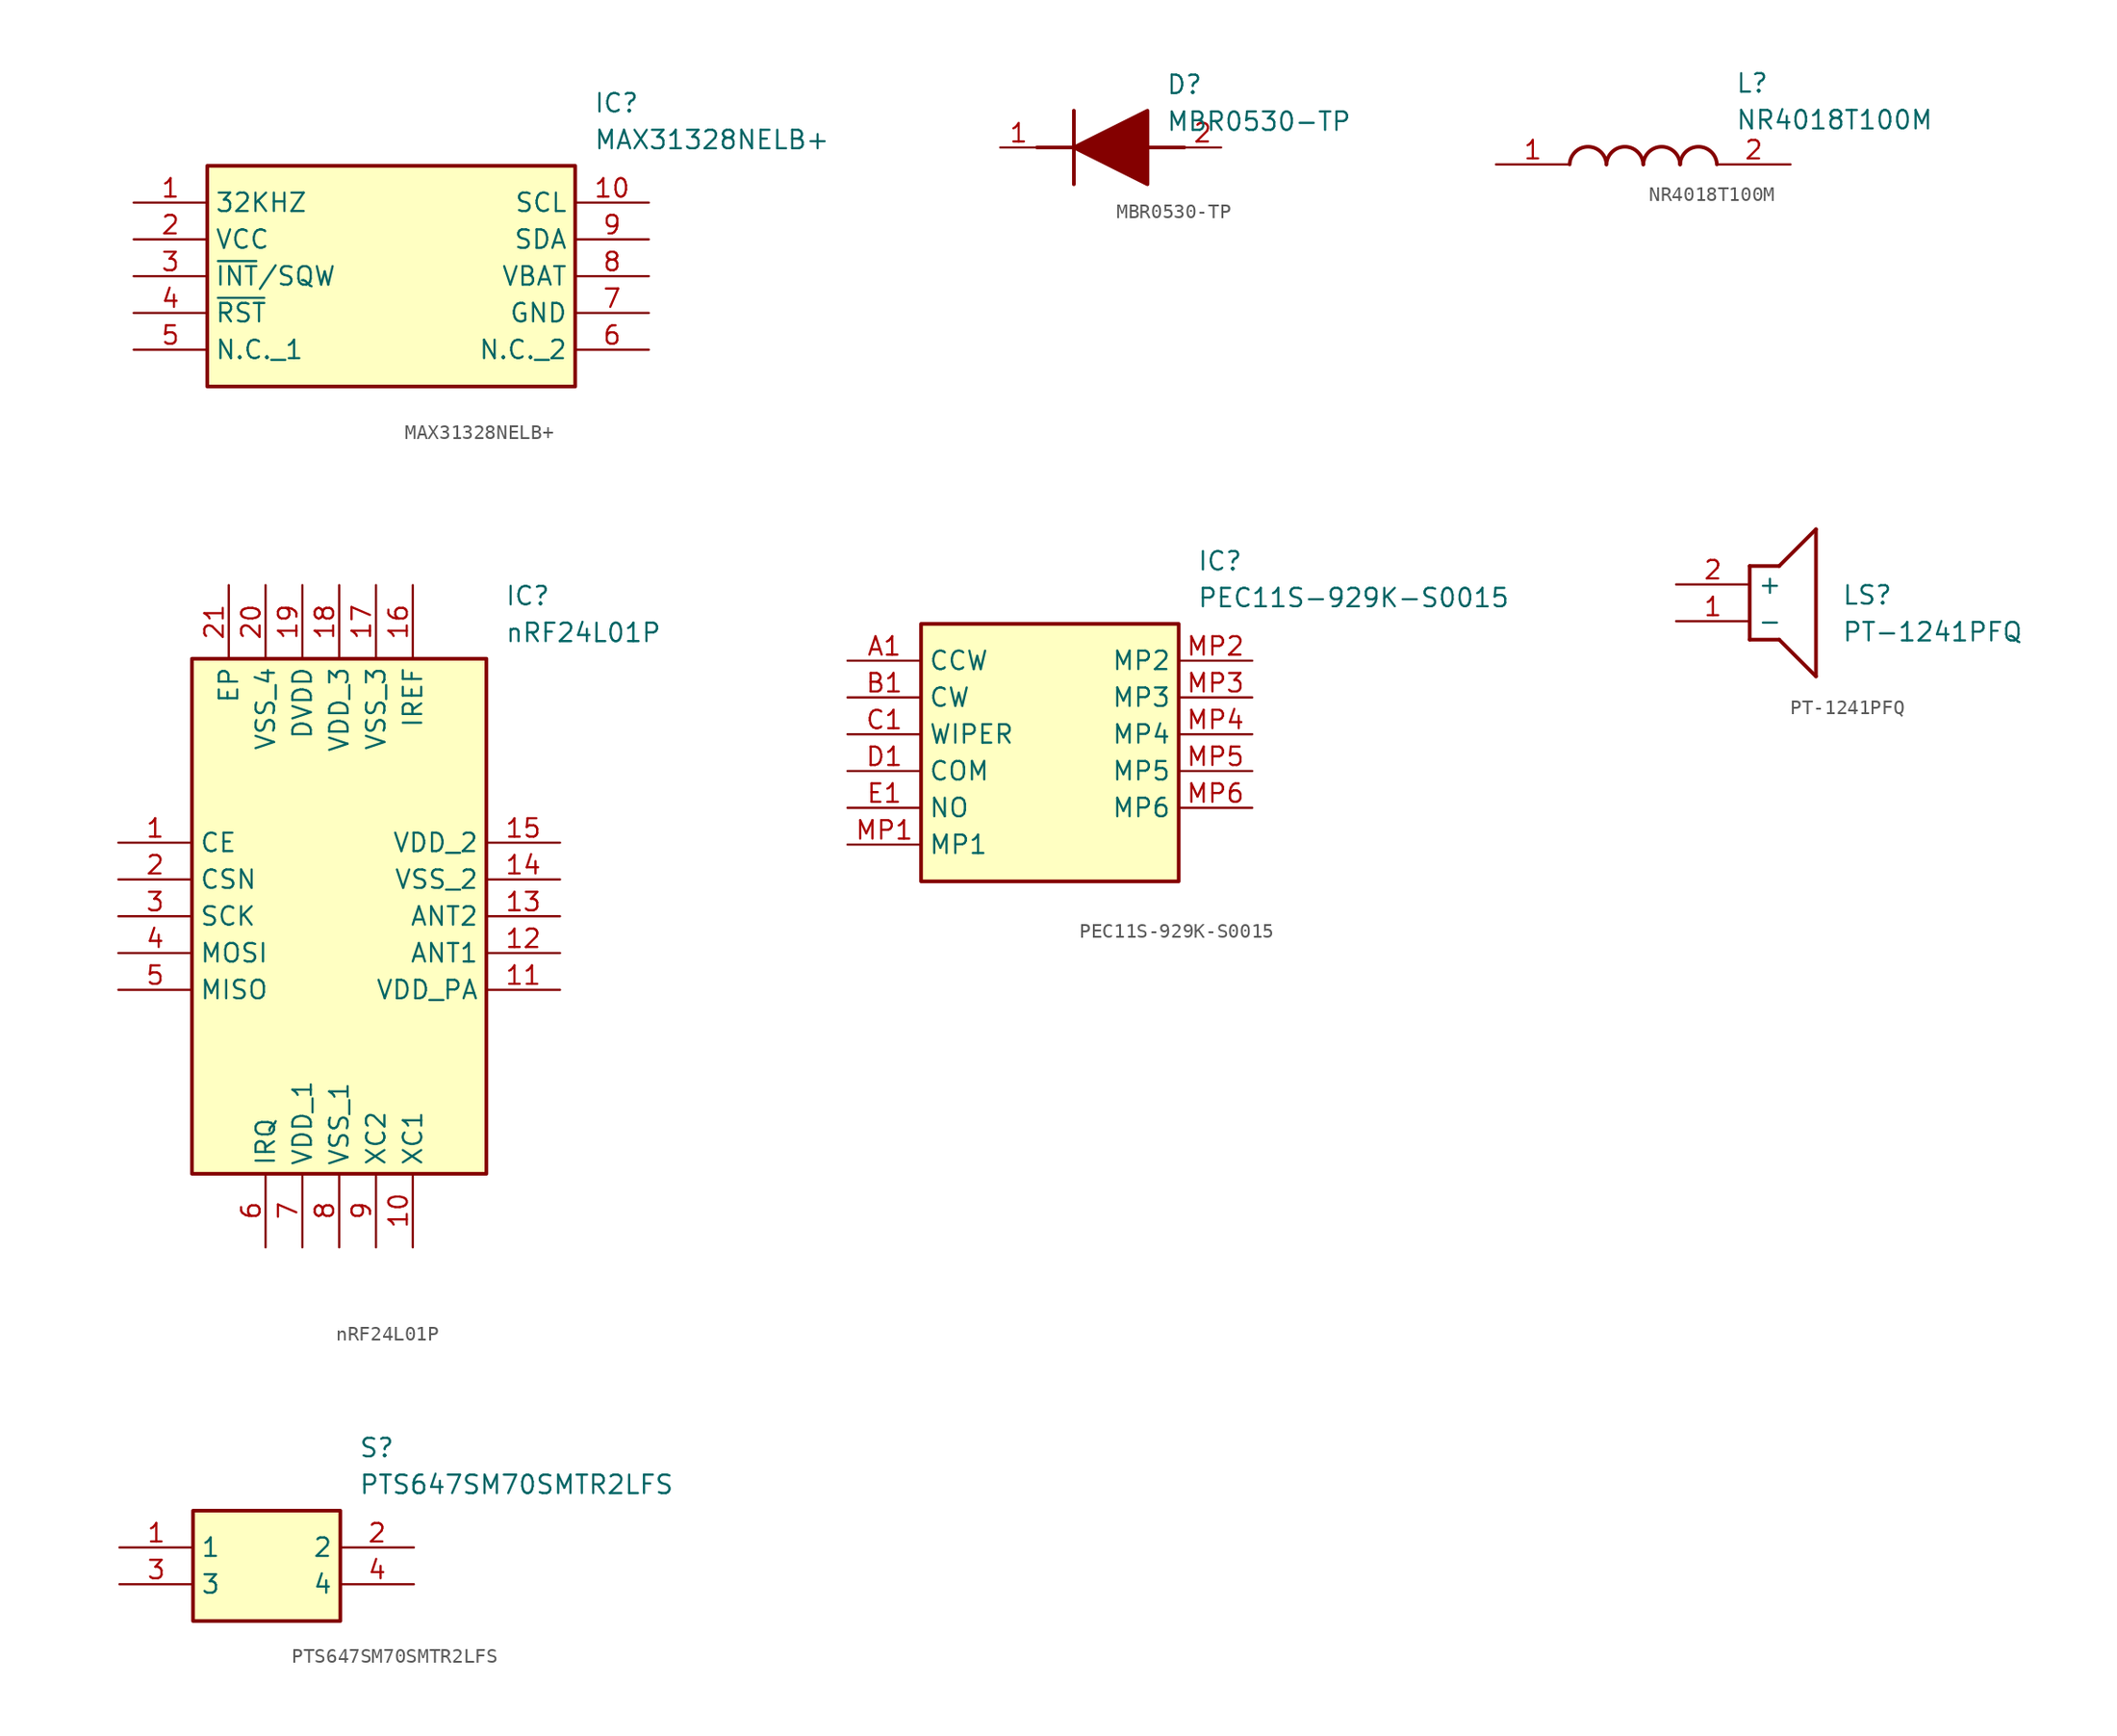
<source format=kicad_sym>
(kicad_symbol_lib
  (version 20231120)
  (generator "kicad_symbol_editor")
  (generator_version "8.0")
  (symbol "MAX31328NELB+"
    (property "Reference" "IC"
      (at 31.75 7.62 0)
      (effects (font (size 1.27 1.27)) (justify left top)))
    (property "Value" "MAX31328NELB+"
      (at 31.75 5.08 0)
      (effects (font (size 1.27 1.27)) (justify left top)))
    (symbol "MAX31328NELB+_1_1"
      (rectangle (start 5.08 2.54) (end 30.48 -12.7) (stroke (width 0.254) (type default)) (fill (type background)))
      (pin passive line (at 0 0 0) (length 5.08) (name "32KHZ" (effects (font (size 1.27 1.27)))) (number "1" (effects (font (size 1.27 1.27)))))
      (pin passive line (at 35.56 0 180) (length 5.08) (name "SCL" (effects (font (size 1.27 1.27)))) (number "10" (effects (font (size 1.27 1.27)))))
      (pin passive line (at 0 -2.54 0) (length 5.08) (name "VCC" (effects (font (size 1.27 1.27)))) (number "2" (effects (font (size 1.27 1.27)))))
      (pin passive line (at 0 -5.08 0) (length 5.08) (name "~{INT}/SQW" (effects (font (size 1.27 1.27)))) (number "3" (effects (font (size 1.27 1.27)))))
      (pin passive line (at 0 -7.62 0) (length 5.08) (name "~{RST}" (effects (font (size 1.27 1.27)))) (number "4" (effects (font (size 1.27 1.27)))))
      (pin passive line (at 0 -10.16 0) (length 5.08) (name "N.C._1" (effects (font (size 1.27 1.27)))) (number "5" (effects (font (size 1.27 1.27)))))
      (pin passive line (at 35.56 -10.16 180) (length 5.08) (name "N.C._2" (effects (font (size 1.27 1.27)))) (number "6" (effects (font (size 1.27 1.27)))))
      (pin passive line (at 35.56 -7.62 180) (length 5.08) (name "GND" (effects (font (size 1.27 1.27)))) (number "7" (effects (font (size 1.27 1.27)))))
      (pin passive line (at 35.56 -5.08 180) (length 5.08) (name "VBAT" (effects (font (size 1.27 1.27)))) (number "8" (effects (font (size 1.27 1.27)))))
      (pin passive line (at 35.56 -2.54 180) (length 5.08) (name "SDA" (effects (font (size 1.27 1.27)))) (number "9" (effects (font (size 1.27 1.27)))))))
  (symbol "MBR0530-TP"
    (pin_names hide)
    (property "Reference" "D"
      (at 11.43 5.08 0)
      (effects (font (size 1.27 1.27)) (justify left top)))
    (property "Value" "MBR0530-TP"
      (at 11.43 2.54 0)
      (effects (font (size 1.27 1.27)) (justify left top)))
    (symbol "MBR0530-TP_1_1"
      (polyline (pts (xy 2.54 0) (xy 5.08 0)) (stroke (width 0.254) (type default)) (fill (type none)))
      (polyline (pts (xy 5.08 2.54) (xy 5.08 -2.54)) (stroke (width 0.254) (type default)) (fill (type none)))
      (polyline (pts (xy 10.16 0) (xy 12.7 0)) (stroke (width 0.254) (type default)) (fill (type none)))
      (polyline (pts (xy 5.08 0) (xy 10.16 2.54) (xy 10.16 -2.54) (xy 5.08 0)) (stroke (width 0.254) (type default)) (fill (type outline)))
      (pin passive line (at 0 0 0) (length 2.54) (name "K" (effects (font (size 1.27 1.27)))) (number "1" (effects (font (size 1.27 1.27)))))
      (pin passive line (at 15.24 0 180) (length 2.54) (name "A" (effects (font (size 1.27 1.27)))) (number "2" (effects (font (size 1.27 1.27)))))))
  (symbol "NR4018T100M"
    (pin_names hide)
    (property "Reference" "L"
      (at 16.51 6.35 0)
      (effects (font (size 1.27 1.27)) (justify left top)))
    (property "Value" "NR4018T100M"
      (at 16.51 3.81 0)
      (effects (font (size 1.27 1.27)) (justify left top)))
    (symbol "NR4018T100M_1_1"
      (arc (start 7.62 0) (mid 6.35 1.219) (end 5.08 0) (stroke (width 0.254) (type default)) (fill (type none)))
      (arc (start 10.16 0) (mid 8.89 1.219) (end 7.62 0) (stroke (width 0.254) (type default)) (fill (type none)))
      (arc (start 12.7 0) (mid 11.43 1.219) (end 10.16 0) (stroke (width 0.254) (type default)) (fill (type none)))
      (arc (start 15.24 0) (mid 13.97 1.219) (end 12.7 0) (stroke (width 0.254) (type default)) (fill (type none)))
      (pin passive line (at 0 0 0) (length 5.08) (name "1" (effects (font (size 1.27 1.27)))) (number "1" (effects (font (size 1.27 1.27)))))
      (pin passive line (at 20.32 0 180) (length 5.08) (name "2" (effects (font (size 1.27 1.27)))) (number "2" (effects (font (size 1.27 1.27)))))))
  (symbol "nRF24L01P"
    (property "Reference" "IC"
      (at 26.67 17.78 0)
      (effects (font (size 1.27 1.27)) (justify left top)))
    (property "Value" "nRF24L01P"
      (at 26.67 15.24 0)
      (effects (font (size 1.27 1.27)) (justify left top)))
    (symbol "nRF24L01P_1_1"
      (rectangle (start 5.08 12.7) (end 25.4 -22.86) (stroke (width 0.254) (type default)) (fill (type background)))
      (pin passive line (at 0 0 0) (length 5.08) (name "CE" (effects (font (size 1.27 1.27)))) (number "1" (effects (font (size 1.27 1.27)))))
      (pin passive line (at 20.32 -27.94 90) (length 5.08) (name "XC1" (effects (font (size 1.27 1.27)))) (number "10" (effects (font (size 1.27 1.27)))))
      (pin power_in line (at 30.48 -10.16 180) (length 5.08) (name "VDD_PA" (effects (font (size 1.27 1.27)))) (number "11" (effects (font (size 1.27 1.27)))))
      (pin passive line (at 30.48 -7.62 180) (length 5.08) (name "ANT1" (effects (font (size 1.27 1.27)))) (number "12" (effects (font (size 1.27 1.27)))))
      (pin passive line (at 30.48 -5.08 180) (length 5.08) (name "ANT2" (effects (font (size 1.27 1.27)))) (number "13" (effects (font (size 1.27 1.27)))))
      (pin power_in line (at 30.48 -2.54 180) (length 5.08) (name "VSS_2" (effects (font (size 1.27 1.27)))) (number "14" (effects (font (size 1.27 1.27)))))
      (pin power_in line (at 30.48 0 180) (length 5.08) (name "VDD_2" (effects (font (size 1.27 1.27)))) (number "15" (effects (font (size 1.27 1.27)))))
      (pin input line (at 20.32 17.78 270) (length 5.08) (name "IREF" (effects (font (size 1.27 1.27)))) (number "16" (effects (font (size 1.27 1.27)))))
      (pin power_in line (at 17.78 17.78 270) (length 5.08) (name "VSS_3" (effects (font (size 1.27 1.27)))) (number "17" (effects (font (size 1.27 1.27)))))
      (pin power_in line (at 15.24 17.78 270) (length 5.08) (name "VDD_3" (effects (font (size 1.27 1.27)))) (number "18" (effects (font (size 1.27 1.27)))))
      (pin power_in line (at 12.7 17.78 270) (length 5.08) (name "DVDD" (effects (font (size 1.27 1.27)))) (number "19" (effects (font (size 1.27 1.27)))))
      (pin input line (at 0 -2.54 0) (length 5.08) (name "CSN" (effects (font (size 1.27 1.27)))) (number "2" (effects (font (size 1.27 1.27)))))
      (pin power_in line (at 10.16 17.78 270) (length 5.08) (name "VSS_4" (effects (font (size 1.27 1.27)))) (number "20" (effects (font (size 1.27 1.27)))))
      (pin passive line (at 7.62 17.78 270) (length 5.08) (name "EP" (effects (font (size 1.27 1.27)))) (number "21" (effects (font (size 1.27 1.27)))))
      (pin passive line (at 0 -5.08 0) (length 5.08) (name "SCK" (effects (font (size 1.27 1.27)))) (number "3" (effects (font (size 1.27 1.27)))))
      (pin passive line (at 0 -7.62 0) (length 5.08) (name "MOSI" (effects (font (size 1.27 1.27)))) (number "4" (effects (font (size 1.27 1.27)))))
      (pin passive line (at 0 -10.16 0) (length 5.08) (name "MISO" (effects (font (size 1.27 1.27)))) (number "5" (effects (font (size 1.27 1.27)))))
      (pin passive line (at 10.16 -27.94 90) (length 5.08) (name "IRQ" (effects (font (size 1.27 1.27)))) (number "6" (effects (font (size 1.27 1.27)))))
      (pin power_in line (at 12.7 -27.94 90) (length 5.08) (name "VDD_1" (effects (font (size 1.27 1.27)))) (number "7" (effects (font (size 1.27 1.27)))))
      (pin power_in line (at 15.24 -27.94 90) (length 5.08) (name "VSS_1" (effects (font (size 1.27 1.27)))) (number "8" (effects (font (size 1.27 1.27)))))
      (pin passive line (at 17.78 -27.94 90) (length 5.08) (name "XC2" (effects (font (size 1.27 1.27)))) (number "9" (effects (font (size 1.27 1.27)))))))
  (symbol "PEC11S-929K-S0015"
    (property "Reference" "IC"
      (at 24.13 7.62 0)
      (effects (font (size 1.27 1.27)) (justify left top)))
    (property "Value" "PEC11S-929K-S0015"
      (at 24.13 5.08 0)
      (effects (font (size 1.27 1.27)) (justify left top)))
    (symbol "PEC11S-929K-S0015_1_1"
      (rectangle (start 5.08 2.54) (end 22.86 -15.24) (stroke (width 0.254) (type default)) (fill (type background)))
      (pin passive line (at 0 0 0) (length 5.08) (name "CCW" (effects (font (size 1.27 1.27)))) (number "A1" (effects (font (size 1.27 1.27)))))
      (pin passive line (at 0 -2.54 0) (length 5.08) (name "CW" (effects (font (size 1.27 1.27)))) (number "B1" (effects (font (size 1.27 1.27)))))
      (pin passive line (at 0 -5.08 0) (length 5.08) (name "WIPER" (effects (font (size 1.27 1.27)))) (number "C1" (effects (font (size 1.27 1.27)))))
      (pin passive line (at 0 -7.62 0) (length 5.08) (name "COM" (effects (font (size 1.27 1.27)))) (number "D1" (effects (font (size 1.27 1.27)))))
      (pin passive line (at 0 -10.16 0) (length 5.08) (name "NO" (effects (font (size 1.27 1.27)))) (number "E1" (effects (font (size 1.27 1.27)))))
      (pin passive line (at 0 -12.7 0) (length 5.08) (name "MP1" (effects (font (size 1.27 1.27)))) (number "MP1" (effects (font (size 1.27 1.27)))))
      (pin passive line (at 27.94 0 180) (length 5.08) (name "MP2" (effects (font (size 1.27 1.27)))) (number "MP2" (effects (font (size 1.27 1.27)))))
      (pin passive line (at 27.94 -2.54 180) (length 5.08) (name "MP3" (effects (font (size 1.27 1.27)))) (number "MP3" (effects (font (size 1.27 1.27)))))
      (pin passive line (at 27.94 -5.08 180) (length 5.08) (name "MP4" (effects (font (size 1.27 1.27)))) (number "MP4" (effects (font (size 1.27 1.27)))))
      (pin passive line (at 27.94 -7.62 180) (length 5.08) (name "MP5" (effects (font (size 1.27 1.27)))) (number "MP5" (effects (font (size 1.27 1.27)))))
      (pin passive line (at 27.94 -10.16 180) (length 5.08) (name "MP6" (effects (font (size 1.27 1.27)))) (number "MP6" (effects (font (size 1.27 1.27)))))))
  (symbol "PT-1241PFQ"
    (property "Reference" "LS"
      (at 11.43 0 0)
      (effects (font (size 1.27 1.27)) (justify left top)))
    (property "Value" "PT-1241PFQ"
      (at 11.43 -2.54 0)
      (effects (font (size 1.27 1.27)) (justify left top)))
    (symbol "PT-1241PFQ_1_1"
      (polyline (pts (xy 5.08 1.27) (xy 5.08 -3.81)) (stroke (width 0.254) (type default)) (fill (type none)))
      (polyline (pts (xy 5.08 1.27) (xy 7.112 1.27)) (stroke (width 0.254) (type default)) (fill (type none)))
      (polyline (pts (xy 7.112 -3.81) (xy 5.08 -3.81)) (stroke (width 0.254) (type default)) (fill (type none)))
      (polyline (pts (xy 7.112 -3.81) (xy 9.652 -6.35)) (stroke (width 0.254) (type default)) (fill (type none)))
      (polyline (pts (xy 9.652 3.81) (xy 7.112 1.27)) (stroke (width 0.254) (type default)) (fill (type none)))
      (polyline (pts (xy 9.652 3.81) (xy 9.652 -6.35)) (stroke (width 0.254) (type default)) (fill (type none)))
      (pin passive line (at 0 -2.54 0) (length 5.08) (name "-" (effects (font (size 1.27 1.27)))) (number "1" (effects (font (size 1.27 1.27)))))
      (pin passive line (at 0 0 0) (length 5.08) (name "+" (effects (font (size 1.27 1.27)))) (number "2" (effects (font (size 1.27 1.27)))))))
  (symbol "PTS647SM70SMTR2LFS"
    (property "Reference" "S"
      (at 16.51 7.62 0)
      (effects (font (size 1.27 1.27)) (justify left top)))
    (property "Value" "PTS647SM70SMTR2LFS"
      (at 16.51 5.08 0)
      (effects (font (size 1.27 1.27)) (justify left top)))
    (symbol "PTS647SM70SMTR2LFS_1_1"
      (rectangle (start 5.08 2.54) (end 15.24 -5.08) (stroke (width 0.254) (type default)) (fill (type background)))
      (pin passive line (at 0 0 0) (length 5.08) (name "1" (effects (font (size 1.27 1.27)))) (number "1" (effects (font (size 1.27 1.27)))))
      (pin passive line (at 20.32 0 180) (length 5.08) (name "2" (effects (font (size 1.27 1.27)))) (number "2" (effects (font (size 1.27 1.27)))))
      (pin passive line (at 0 -2.54 0) (length 5.08) (name "3" (effects (font (size 1.27 1.27)))) (number "3" (effects (font (size 1.27 1.27)))))
      (pin passive line (at 20.32 -2.54 180) (length 5.08) (name "4" (effects (font (size 1.27 1.27)))) (number "4" (effects (font (size 1.27 1.27))))))))
</source>
